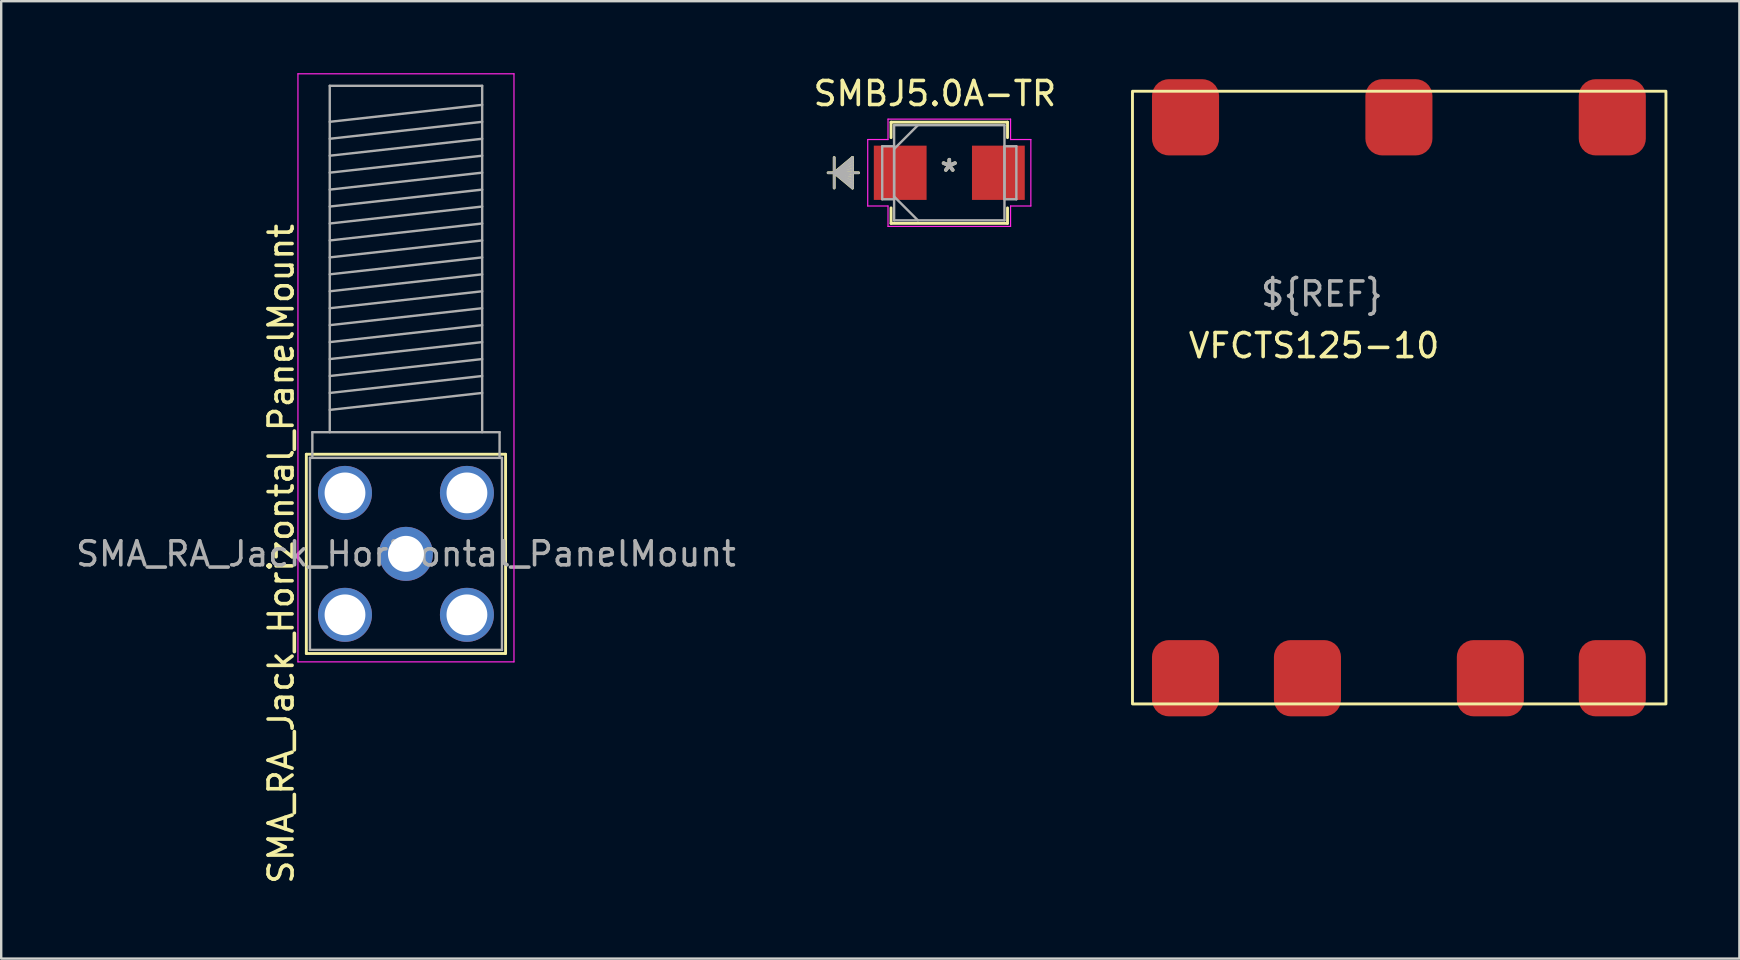
<source format=kicad_pcb>
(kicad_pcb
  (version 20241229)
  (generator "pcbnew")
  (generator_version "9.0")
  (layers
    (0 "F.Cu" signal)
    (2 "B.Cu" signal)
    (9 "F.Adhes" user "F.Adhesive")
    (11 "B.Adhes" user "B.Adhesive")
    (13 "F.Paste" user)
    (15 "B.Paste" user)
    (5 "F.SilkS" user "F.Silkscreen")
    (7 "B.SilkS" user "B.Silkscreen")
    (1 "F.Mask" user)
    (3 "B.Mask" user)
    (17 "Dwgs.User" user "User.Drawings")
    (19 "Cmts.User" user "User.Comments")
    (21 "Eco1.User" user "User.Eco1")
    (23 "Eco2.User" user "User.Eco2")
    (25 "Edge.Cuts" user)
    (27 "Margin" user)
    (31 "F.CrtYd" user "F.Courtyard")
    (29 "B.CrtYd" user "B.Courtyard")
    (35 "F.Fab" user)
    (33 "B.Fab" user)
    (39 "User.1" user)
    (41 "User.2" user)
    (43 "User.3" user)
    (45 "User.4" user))
  (footprint "SMA_RA_Jack_Horizontal_PanelMount"
    (layer "F.Cu")
    (at 13.863 20.025)
    (property "Reference" "SMA_RA_Jack_Horizontal_PanelMount" (at -5.2 0 90) (layer "F.SilkS") (effects (font (size 1 1) (thickness 0.15))))
    (attr through_hole)
    (fp_line (start -4.15 -4.15) (end -4.15 4.15) (stroke (width 0.12) (type solid)) (layer "F.SilkS"))
    (fp_line (start -4.15 -4.15) (end 4.15 -4.15) (stroke (width 0.12) (type solid)) (layer "F.SilkS"))
    (fp_line (start -4.15 4.15) (end 4.15 4.15) (stroke (width 0.12) (type solid)) (layer "F.SilkS"))
    (fp_line (start 4.15 -4.15) (end 4.15 4.15) (stroke (width 0.12) (type solid)) (layer "F.SilkS"))
    (fp_line (start -4.5 -20) (end -4.5 4.5) (stroke (width 0.05) (type solid)) (layer "F.CrtYd"))
    (fp_line (start -4.5 -20) (end 4.5 -20) (stroke (width 0.05) (type solid)) (layer "F.CrtYd"))
    (fp_line (start 4.5 4.5) (end -4.5 4.5) (stroke (width 0.05) (type solid)) (layer "F.CrtYd"))
    (fp_line (start 4.5 4.5) (end 4.5 -20) (stroke (width 0.05) (type solid)) (layer "F.CrtYd"))
    (fp_line (start -4 -4) (end -4 4) (stroke (width 0.1) (type solid)) (layer "F.Fab"))
    (fp_line (start -4 -4) (end 4 -4) (stroke (width 0.1) (type solid)) (layer "F.Fab"))
    (fp_line (start -4 4) (end 4 4) (stroke (width 0.1) (type solid)) (layer "F.Fab"))
    (fp_line (start -3.9 -5.07) (end -3.9 -4) (stroke (width 0.1) (type solid)) (layer "F.Fab"))
    (fp_line (start -3.175 -19.5) (end -3.175 -5.07) (stroke (width 0.1) (type solid)) (layer "F.Fab"))
    (fp_line (start -3.175 -19.5) (end 3.175 -19.5) (stroke (width 0.1) (type solid)) (layer "F.Fab"))
    (fp_line (start -3.175 -18) (end 3.175 -18.706) (stroke (width 0.1) (type solid)) (layer "F.Fab"))
    (fp_line (start -3.175 -17.294) (end 3.175 -18) (stroke (width 0.1) (type solid)) (layer "F.Fab"))
    (fp_line (start -3.175 -16.588) (end 3.175 -17.294) (stroke (width 0.1) (type solid)) (layer "F.Fab"))
    (fp_line (start -3.175 -15.882) (end 3.175 -16.588) (stroke (width 0.1) (type solid)) (layer "F.Fab"))
    (fp_line (start -3.175 -15.176) (end 3.175 -15.882) (stroke (width 0.1) (type solid)) (layer "F.Fab"))
    (fp_line (start -3.175 -14.47) (end 3.175 -15.176) (stroke (width 0.1) (type solid)) (layer "F.Fab"))
    (fp_line (start -3.175 -13.764) (end 3.175 -14.47) (stroke (width 0.1) (type solid)) (layer "F.Fab"))
    (fp_line (start -3.175 -13.058) (end 3.175 -13.764) (stroke (width 0.1) (type solid)) (layer "F.Fab"))
    (fp_line (start -3.175 -12.352) (end 3.175 -13.058) (stroke (width 0.1) (type solid)) (layer "F.Fab"))
    (fp_line (start -3.175 -11.646) (end 3.175 -12.352) (stroke (width 0.1) (type solid)) (layer "F.Fab"))
    (fp_line (start -3.175 -10.94) (end 3.175 -11.646) (stroke (width 0.1) (type solid)) (layer "F.Fab"))
    (fp_line (start -3.175 -10.234) (end 3.175 -10.94) (stroke (width 0.1) (type solid)) (layer "F.Fab"))
    (fp_line (start -3.175 -9.528) (end 3.175 -10.234) (stroke (width 0.1) (type solid)) (layer "F.Fab"))
    (fp_line (start -3.175 -8.822) (end 3.175 -9.528) (stroke (width 0.1) (type solid)) (layer "F.Fab"))
    (fp_line (start -3.175 -8.116) (end 3.175 -8.822) (stroke (width 0.1) (type solid)) (layer "F.Fab"))
    (fp_line (start -3.175 -7.41) (end 3.175 -8.116) (stroke (width 0.1) (type solid)) (layer "F.Fab"))
    (fp_line (start -3.175 -6.704) (end 3.175 -7.41) (stroke (width 0.1) (type solid)) (layer "F.Fab"))
    (fp_line (start -3.175 -5.998) (end 3.175 -6.704) (stroke (width 0.1) (type solid)) (layer "F.Fab"))
    (fp_line (start 3.175 -19.5) (end 3.175 -5.07) (stroke (width 0.1) (type solid)) (layer "F.Fab"))
    (fp_line (start 3.9 -5.07) (end -3.9 -5.07) (stroke (width 0.1) (type solid)) (layer "F.Fab"))
    (fp_line (start 3.9 -4) (end 3.9 -5.07) (stroke (width 0.1) (type solid)) (layer "F.Fab"))
    (fp_line (start 4 -4) (end 4 4) (stroke (width 0.1) (type solid)) (layer "F.Fab"))
    (fp_text user "${REFERENCE}" (at 0 0 180) (layer "F.Fab") (effects (font (size 1 1) (thickness 0.15))))
    (pad "1" thru_hole circle (at 0 0) (size 2.25 2.25) (drill 1.5) (layers "*.Cu" "*.Mask"))
    (pad "2" thru_hole circle (at -2.54 -2.54) (size 2.25 2.25) (drill 1.7) (layers "*.Cu" "*.Mask"))
    (pad "2" thru_hole circle (at -2.54 2.54) (size 2.25 2.25) (drill 1.7) (layers "*.Cu" "*.Mask"))
    (pad "2" thru_hole circle (at 2.54 -2.54) (size 2.25 2.25) (drill 1.7) (layers "*.Cu" "*.Mask"))
    (pad "2" thru_hole circle (at 2.54 2.54 90) (size 2.25 2.25) (drill 1.7) (layers "*.Cu" "*.Mask")))
  (footprint "VFCTS125-10"
    (layer "F.Cu")
    (at 44.944 0.25)
    (property "Reference" "VFCTS125-10" (at 6.75 11.1 0) (unlocked yes) (layer "F.SilkS") (effects (font (size 1 1) (thickness 0.15))))
    (attr smd)
    (fp_rect (start -0.813 26.027) (end 21.412 0.5) (stroke (width 0.12) (type solid)) (fill no) (layer "F.SilkS"))
    (fp_text user "${REF}" (at 7.075 8.95 0) (unlocked yes) (layer "F.Fab") (effects (font (size 1 1) (thickness 0.15))))
    (pad "1" smd roundrect (at 19.177 1.587 90) (size 3.175 2.794) (layers "F.Cu" "F.Mask" "F.Paste") (roundrect_rratio 0.25))
    (pad "2" smd roundrect (at 10.287 1.587 90) (size 3.175 2.794) (layers "F.Cu" "F.Mask" "F.Paste") (roundrect_rratio 0.25))
    (pad "3" smd roundrect (at 1.397 1.587 90) (size 3.175 2.794) (layers "F.Cu" "F.Mask" "F.Paste") (roundrect_rratio 0.25))
    (pad "4" smd roundrect (at 19.177 24.956 90) (size 3.175 2.794) (layers "F.Cu" "F.Mask" "F.Paste") (roundrect_rratio 0.25))
    (pad "5" smd roundrect (at 14.097 24.956 90) (size 3.175 2.794) (layers "F.Cu" "F.Mask" "F.Paste") (roundrect_rratio 0.25))
    (pad "6" smd roundrect (at 6.477 24.956 90) (size 3.175 2.794) (layers "F.Cu" "F.Mask" "F.Paste") (roundrect_rratio 0.25))
    (pad "7" smd roundrect (at 1.397 24.956 90) (size 3.175 2.794) (layers "F.Cu" "F.Mask" "F.Paste") (roundrect_rratio 0.25)))
  (footprint "SMBJ5.0A-TR"
    (layer "F.Cu")
    (at 36.499 4.148)
    (property "Reference" "SMBJ5.0A-TR" (at -0.6 -3.3 0) (layer "F.SilkS") (effects (font (size 1 1) (thickness 0.15))))
    (attr through_hole)
    (fp_line (start -4.795 -0.635) (end -4.795 0.635) (stroke (width 0.12) (type solid)) (layer "F.SilkS"))
    (fp_line (start -4.795 0) (end -4.033 -0.635) (stroke (width 0.12) (type solid)) (layer "F.SilkS"))
    (fp_line (start -4.795 0) (end -4.033 -0.508) (stroke (width 0.12) (type solid)) (layer "F.SilkS"))
    (fp_line (start -4.795 0) (end -4.033 -0.381) (stroke (width 0.12) (type solid)) (layer "F.SilkS"))
    (fp_line (start -4.795 0) (end -4.033 -0.254) (stroke (width 0.12) (type solid)) (layer "F.SilkS"))
    (fp_line (start -4.795 0) (end -4.033 -0.127) (stroke (width 0.12) (type solid)) (layer "F.SilkS"))
    (fp_line (start -4.795 0) (end -4.033 0.127) (stroke (width 0.12) (type solid)) (layer "F.SilkS"))
    (fp_line (start -4.795 0) (end -4.033 0.254) (stroke (width 0.12) (type solid)) (layer "F.SilkS"))
    (fp_line (start -4.795 0) (end -4.033 0.381) (stroke (width 0.12) (type solid)) (layer "F.SilkS"))
    (fp_line (start -4.795 0) (end -4.033 0.508) (stroke (width 0.12) (type solid)) (layer "F.SilkS"))
    (fp_line (start -4.795 0) (end -4.033 0.635) (stroke (width 0.12) (type solid)) (layer "F.SilkS"))
    (fp_line (start -4.033 -0.635) (end -4.033 0.635) (stroke (width 0.12) (type solid)) (layer "F.SilkS"))
    (fp_line (start -3.779 0) (end -5.049 0) (stroke (width 0.12) (type solid)) (layer "F.SilkS"))
    (fp_line (start -2.426 -2.108) (end -2.426 -1.463) (stroke (width 0.12) (type solid)) (layer "F.SilkS"))
    (fp_line (start -2.426 1.463) (end -2.426 2.108) (stroke (width 0.12) (type solid)) (layer "F.SilkS"))
    (fp_line (start -2.426 2.108) (end 2.426 2.108) (stroke (width 0.12) (type solid)) (layer "F.SilkS"))
    (fp_line (start 2.426 -2.108) (end -2.426 -2.108) (stroke (width 0.12) (type solid)) (layer "F.SilkS"))
    (fp_line (start 2.426 -1.463) (end 2.426 -2.108) (stroke (width 0.12) (type solid)) (layer "F.SilkS"))
    (fp_line (start 2.426 2.108) (end 2.426 1.463) (stroke (width 0.12) (type solid)) (layer "F.SilkS"))
    (fp_line (start -3.398 -1.384) (end -2.553 -1.384) (stroke (width 0.05) (type solid)) (layer "F.CrtYd"))
    (fp_line (start -3.398 1.384) (end -3.398 -1.384) (stroke (width 0.05) (type solid)) (layer "F.CrtYd"))
    (fp_line (start -2.553 -2.235) (end 2.553 -2.235) (stroke (width 0.05) (type solid)) (layer "F.CrtYd"))
    (fp_line (start -2.553 -1.384) (end -2.553 -2.235) (stroke (width 0.05) (type solid)) (layer "F.CrtYd"))
    (fp_line (start -2.553 1.384) (end -3.398 1.384) (stroke (width 0.05) (type solid)) (layer "F.CrtYd"))
    (fp_line (start -2.553 2.235) (end -2.553 1.384) (stroke (width 0.05) (type solid)) (layer "F.CrtYd"))
    (fp_line (start 2.553 -2.235) (end 2.553 -1.384) (stroke (width 0.05) (type solid)) (layer "F.CrtYd"))
    (fp_line (start 2.553 -1.384) (end 3.398 -1.384) (stroke (width 0.05) (type solid)) (layer "F.CrtYd"))
    (fp_line (start 2.553 1.384) (end 2.553 2.235) (stroke (width 0.05) (type solid)) (layer "F.CrtYd"))
    (fp_line (start 2.553 2.235) (end -2.553 2.235) (stroke (width 0.05) (type solid)) (layer "F.CrtYd"))
    (fp_line (start 3.398 -1.384) (end 3.398 1.384) (stroke (width 0.05) (type solid)) (layer "F.CrtYd"))
    (fp_line (start 3.398 1.384) (end 2.553 1.384) (stroke (width 0.05) (type solid)) (layer "F.CrtYd"))
    (fp_line (start -4.795 -0.635) (end -4.795 0.635) (stroke (width 0.1) (type solid)) (layer "F.Fab"))
    (fp_line (start -4.795 0) (end -4.033 -0.635) (stroke (width 0.1) (type solid)) (layer "F.Fab"))
    (fp_line (start -4.795 0) (end -4.033 -0.508) (stroke (width 0.1) (type solid)) (layer "F.Fab"))
    (fp_line (start -4.795 0) (end -4.033 -0.381) (stroke (width 0.1) (type solid)) (layer "F.Fab"))
    (fp_line (start -4.795 0) (end -4.033 -0.254) (stroke (width 0.1) (type solid)) (layer "F.Fab"))
    (fp_line (start -4.795 0) (end -4.033 -0.127) (stroke (width 0.1) (type solid)) (layer "F.Fab"))
    (fp_line (start -4.795 0) (end -4.033 0.127) (stroke (width 0.1) (type solid)) (layer "F.Fab"))
    (fp_line (start -4.795 0) (end -4.033 0.254) (stroke (width 0.1) (type solid)) (layer "F.Fab"))
    (fp_line (start -4.795 0) (end -4.033 0.381) (stroke (width 0.1) (type solid)) (layer "F.Fab"))
    (fp_line (start -4.795 0) (end -4.033 0.508) (stroke (width 0.1) (type solid)) (layer "F.Fab"))
    (fp_line (start -4.795 0) (end -4.033 0.635) (stroke (width 0.1) (type solid)) (layer "F.Fab"))
    (fp_line (start -4.033 -0.635) (end -4.033 0.635) (stroke (width 0.1) (type solid)) (layer "F.Fab"))
    (fp_line (start -3.779 0) (end -5.049 0) (stroke (width 0.1) (type solid)) (layer "F.Fab"))
    (fp_line (start -2.794 -1.105) (end -2.794 1.105) (stroke (width 0.1) (type solid)) (layer "F.Fab"))
    (fp_line (start -2.794 1.105) (end -2.299 1.105) (stroke (width 0.1) (type solid)) (layer "F.Fab"))
    (fp_line (start -2.299 -1.981) (end -2.299 1.981) (stroke (width 0.1) (type solid)) (layer "F.Fab"))
    (fp_line (start -2.299 -1.105) (end -2.794 -1.105) (stroke (width 0.1) (type solid)) (layer "F.Fab"))
    (fp_line (start -2.299 -0.991) (end -1.308 -1.981) (stroke (width 0.1) (type solid)) (layer "F.Fab"))
    (fp_line (start -2.299 0.991) (end -1.308 1.981) (stroke (width 0.1) (type solid)) (layer "F.Fab"))
    (fp_line (start -2.299 1.105) (end -2.299 -1.105) (stroke (width 0.1) (type solid)) (layer "F.Fab"))
    (fp_line (start -2.299 1.981) (end 2.299 1.981) (stroke (width 0.1) (type solid)) (layer "F.Fab"))
    (fp_line (start 2.299 -1.981) (end -2.299 -1.981) (stroke (width 0.1) (type solid)) (layer "F.Fab"))
    (fp_line (start 2.299 -1.105) (end 2.299 1.105) (stroke (width 0.1) (type solid)) (layer "F.Fab"))
    (fp_line (start 2.299 1.105) (end 2.794 1.105) (stroke (width 0.1) (type solid)) (layer "F.Fab"))
    (fp_line (start 2.299 1.981) (end 2.299 -1.981) (stroke (width 0.1) (type solid)) (layer "F.Fab"))
    (fp_line (start 2.794 -1.105) (end 2.299 -1.105) (stroke (width 0.1) (type solid)) (layer "F.Fab"))
    (fp_line (start 2.794 1.105) (end 2.794 -1.105) (stroke (width 0.1) (type solid)) (layer "F.Fab"))
    (fp_text user "*" (at 0 0 0) (layer "F.SilkS") (effects (font (size 1 1) (thickness 0.15))))
    (fp_text user "Copyright 2021 Accelerated Designs. All rights reserved." (at 0 0 0) (layer "Cmts.User") (effects (font (size 0.127 0.127) (thickness 0.002))))
    (fp_text user "*" (at 0 0 0) (layer "F.Fab") (effects (font (size 1 1) (thickness 0.15))))
    (pad "1" smd rect (at -2.045 0) (size 2.199 2.26) (layers "F.Cu" "F.Mask" "F.Paste"))
    (pad "2" smd rect (at 2.045 0) (size 2.199 2.26) (layers "F.Cu" "F.Mask" "F.Paste")))
  (gr_rect
    (start -3 -3)
    (end 69.416 36.888)
    (stroke (width 0.1) (type default))
    (fill no)
    (layer "Edge.Cuts")))
</source>
